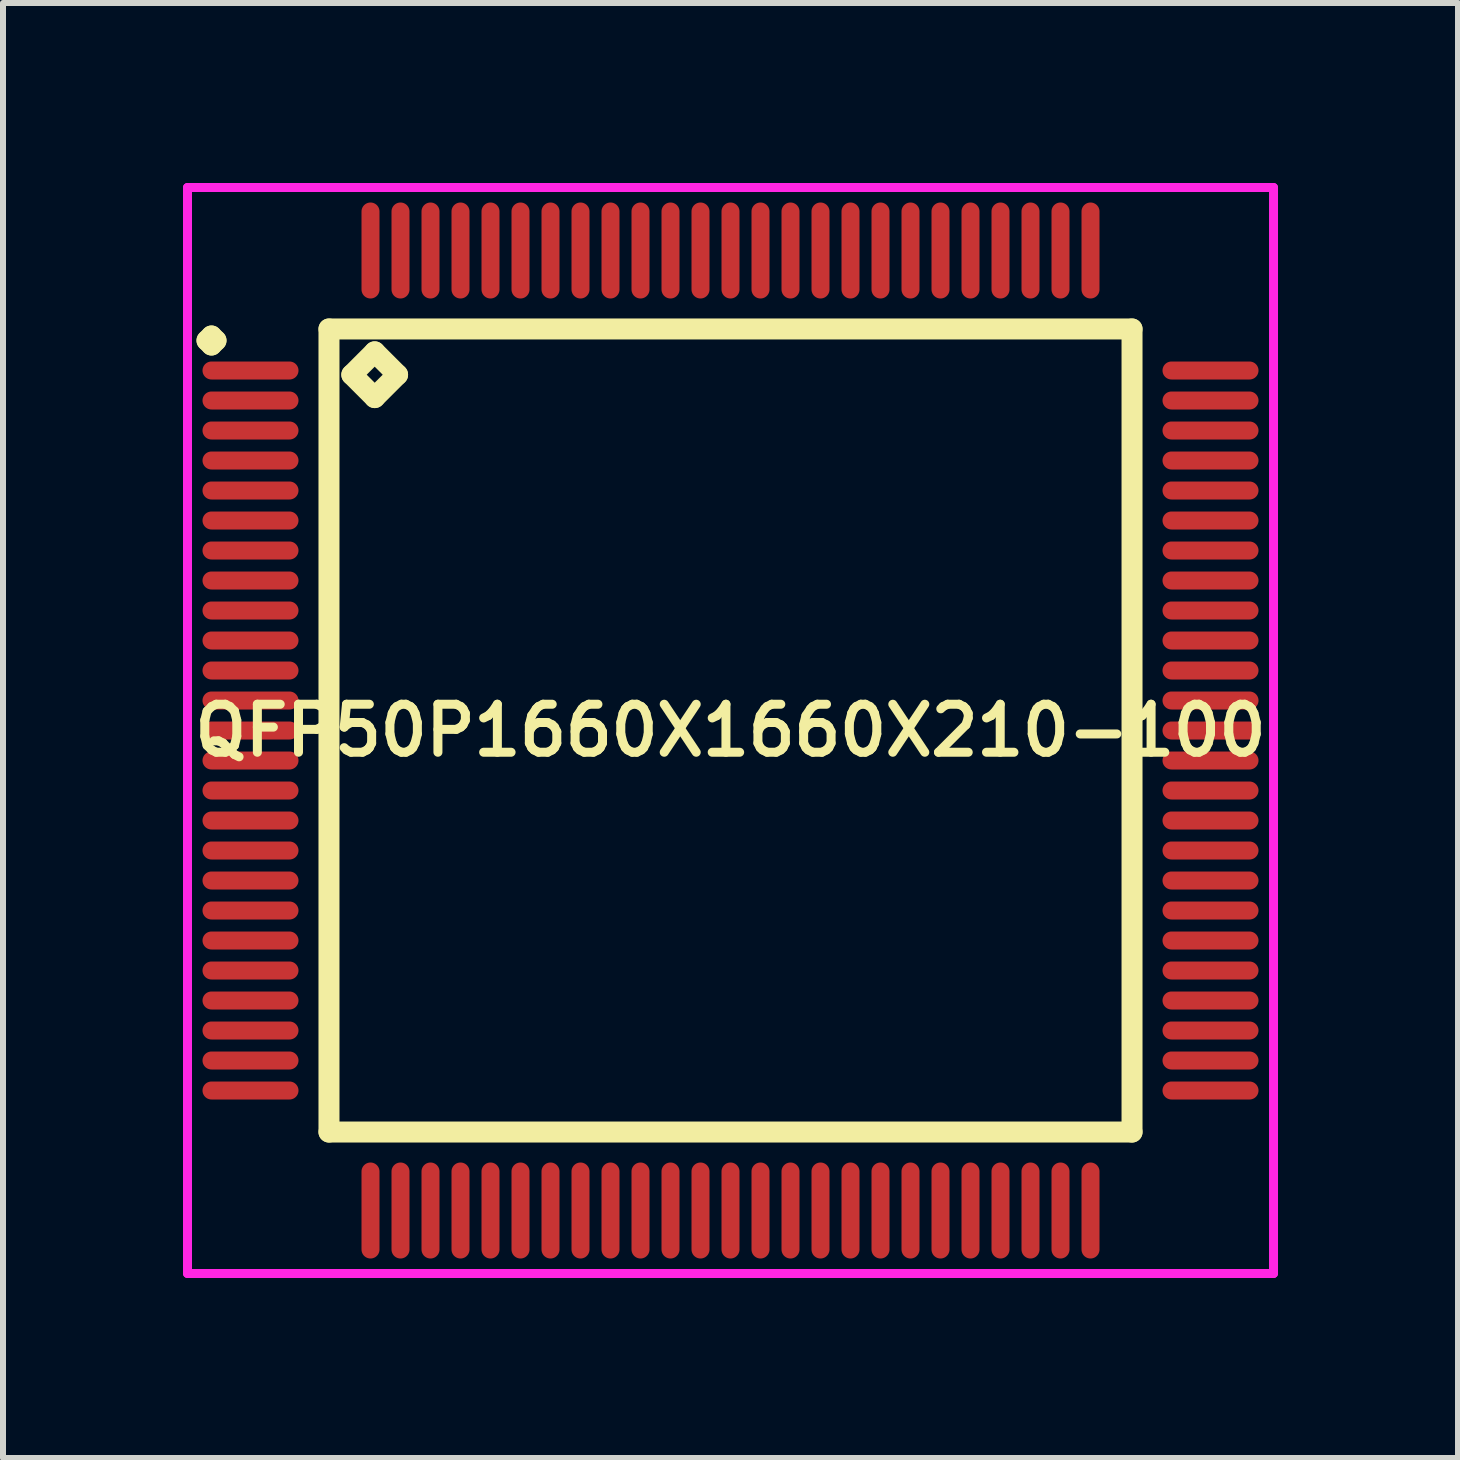
<source format=kicad_pcb>
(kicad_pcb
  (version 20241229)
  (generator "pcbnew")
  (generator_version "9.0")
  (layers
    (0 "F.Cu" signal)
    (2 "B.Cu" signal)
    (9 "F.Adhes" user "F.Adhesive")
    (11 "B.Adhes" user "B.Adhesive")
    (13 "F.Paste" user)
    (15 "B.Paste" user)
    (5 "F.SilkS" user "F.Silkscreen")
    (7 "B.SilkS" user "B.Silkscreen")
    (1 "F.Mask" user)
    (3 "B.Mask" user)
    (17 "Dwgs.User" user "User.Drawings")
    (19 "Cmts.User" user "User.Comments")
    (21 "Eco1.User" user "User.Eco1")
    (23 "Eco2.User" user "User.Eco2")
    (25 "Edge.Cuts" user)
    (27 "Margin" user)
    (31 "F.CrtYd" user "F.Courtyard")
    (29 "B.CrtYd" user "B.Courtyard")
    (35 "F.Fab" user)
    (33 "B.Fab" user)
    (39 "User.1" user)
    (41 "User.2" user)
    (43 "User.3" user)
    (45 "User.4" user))
  (footprint "QFP50P1660X1660X210-100"
    (layer "F.Cu")
    (at 9.125 9.125)
    (property "Reference" "QFP50P1660X1660X210-100" (at 0 0 0) (layer "F.SilkS") (effects (font (size 0.8 0.8) (thickness 0.15))))
    (attr through_hole)
    (fp_line (start -8.725 -6.5) (end -8.65 -6.575) (stroke (width 0.35) (type solid)) (layer "F.SilkS"))
    (fp_line (start -8.65 -6.575) (end -8.575 -6.5) (stroke (width 0.35) (type solid)) (layer "F.SilkS"))
    (fp_line (start -8.65 -6.425) (end -8.725 -6.5) (stroke (width 0.35) (type solid)) (layer "F.SilkS"))
    (fp_line (start -8.575 -6.5) (end -8.65 -6.425) (stroke (width 0.35) (type solid)) (layer "F.SilkS"))
    (fp_line (start -6.692 -6.692) (end -6.692 6.692) (stroke (width 0.35) (type solid)) (layer "F.SilkS"))
    (fp_line (start -6.692 6.692) (end 6.692 6.692) (stroke (width 0.35) (type solid)) (layer "F.SilkS"))
    (fp_line (start -6.311 -5.93) (end -5.93 -6.311) (stroke (width 0.35) (type solid)) (layer "F.SilkS"))
    (fp_line (start -5.93 -6.311) (end -5.549 -5.93) (stroke (width 0.35) (type solid)) (layer "F.SilkS"))
    (fp_line (start -5.93 -5.549) (end -6.311 -5.93) (stroke (width 0.35) (type solid)) (layer "F.SilkS"))
    (fp_line (start -5.549 -5.93) (end -5.93 -5.549) (stroke (width 0.35) (type solid)) (layer "F.SilkS"))
    (fp_line (start 6.692 -6.692) (end -6.692 -6.692) (stroke (width 0.35) (type solid)) (layer "F.SilkS"))
    (fp_line (start 6.692 6.692) (end 6.692 -6.692) (stroke (width 0.35) (type solid)) (layer "F.SilkS"))
    (fp_line (start -9.05 -9.05) (end 9.05 -9.05) (stroke (width 0.15) (type solid)) (layer "F.CrtYd"))
    (fp_line (start -9.05 9.05) (end -9.05 -9.05) (stroke (width 0.15) (type solid)) (layer "F.CrtYd"))
    (fp_line (start 9.05 -9.05) (end 9.05 9.05) (stroke (width 0.15) (type solid)) (layer "F.CrtYd"))
    (fp_line (start 9.05 9.05) (end -9.05 9.05) (stroke (width 0.15) (type solid)) (layer "F.CrtYd"))
    (pad "1" smd oval (at -8 -6) (size 1.6 0.3) (layers "F.Cu" "F.Mask" "F.Paste"))
    (pad "2" smd oval (at -8 -5.5) (size 1.6 0.3) (layers "F.Cu" "F.Mask" "F.Paste"))
    (pad "3" smd oval (at -8 -5) (size 1.6 0.3) (layers "F.Cu" "F.Mask" "F.Paste"))
    (pad "4" smd oval (at -8 -4.5) (size 1.6 0.3) (layers "F.Cu" "F.Mask" "F.Paste"))
    (pad "5" smd oval (at -8 -4) (size 1.6 0.3) (layers "F.Cu" "F.Mask" "F.Paste"))
    (pad "6" smd oval (at -8 -3.5) (size 1.6 0.3) (layers "F.Cu" "F.Mask" "F.Paste"))
    (pad "7" smd oval (at -8 -3) (size 1.6 0.3) (layers "F.Cu" "F.Mask" "F.Paste"))
    (pad "8" smd oval (at -8 -2.5) (size 1.6 0.3) (layers "F.Cu" "F.Mask" "F.Paste"))
    (pad "9" smd oval (at -8 -2) (size 1.6 0.3) (layers "F.Cu" "F.Mask" "F.Paste"))
    (pad "10" smd oval (at -8 -1.5) (size 1.6 0.3) (layers "F.Cu" "F.Mask" "F.Paste"))
    (pad "11" smd oval (at -8 -1) (size 1.6 0.3) (layers "F.Cu" "F.Mask" "F.Paste"))
    (pad "12" smd oval (at -8 -0.5) (size 1.6 0.3) (layers "F.Cu" "F.Mask" "F.Paste"))
    (pad "13" smd oval (at -8 0) (size 1.6 0.3) (layers "F.Cu" "F.Mask" "F.Paste"))
    (pad "14" smd oval (at -8 0.5) (size 1.6 0.3) (layers "F.Cu" "F.Mask" "F.Paste"))
    (pad "15" smd oval (at -8 1) (size 1.6 0.3) (layers "F.Cu" "F.Mask" "F.Paste"))
    (pad "16" smd oval (at -8 1.5) (size 1.6 0.3) (layers "F.Cu" "F.Mask" "F.Paste"))
    (pad "17" smd oval (at -8 2) (size 1.6 0.3) (layers "F.Cu" "F.Mask" "F.Paste"))
    (pad "18" smd oval (at -8 2.5) (size 1.6 0.3) (layers "F.Cu" "F.Mask" "F.Paste"))
    (pad "19" smd oval (at -8 3) (size 1.6 0.3) (layers "F.Cu" "F.Mask" "F.Paste"))
    (pad "20" smd oval (at -8 3.5) (size 1.6 0.3) (layers "F.Cu" "F.Mask" "F.Paste"))
    (pad "21" smd oval (at -8 4) (size 1.6 0.3) (layers "F.Cu" "F.Mask" "F.Paste"))
    (pad "22" smd oval (at -8 4.5) (size 1.6 0.3) (layers "F.Cu" "F.Mask" "F.Paste"))
    (pad "23" smd oval (at -8 5) (size 1.6 0.3) (layers "F.Cu" "F.Mask" "F.Paste"))
    (pad "24" smd oval (at -8 5.5) (size 1.6 0.3) (layers "F.Cu" "F.Mask" "F.Paste"))
    (pad "25" smd oval (at -8 6) (size 1.6 0.3) (layers "F.Cu" "F.Mask" "F.Paste"))
    (pad "26" smd oval (at -6 8) (size 0.3 1.6) (layers "F.Cu" "F.Mask" "F.Paste"))
    (pad "27" smd oval (at -5.5 8) (size 0.3 1.6) (layers "F.Cu" "F.Mask" "F.Paste"))
    (pad "28" smd oval (at -5 8) (size 0.3 1.6) (layers "F.Cu" "F.Mask" "F.Paste"))
    (pad "29" smd oval (at -4.5 8) (size 0.3 1.6) (layers "F.Cu" "F.Mask" "F.Paste"))
    (pad "30" smd oval (at -4 8) (size 0.3 1.6) (layers "F.Cu" "F.Mask" "F.Paste"))
    (pad "31" smd oval (at -3.5 8) (size 0.3 1.6) (layers "F.Cu" "F.Mask" "F.Paste"))
    (pad "32" smd oval (at -3 8) (size 0.3 1.6) (layers "F.Cu" "F.Mask" "F.Paste"))
    (pad "33" smd oval (at -2.5 8) (size 0.3 1.6) (layers "F.Cu" "F.Mask" "F.Paste"))
    (pad "34" smd oval (at -2 8) (size 0.3 1.6) (layers "F.Cu" "F.Mask" "F.Paste"))
    (pad "35" smd oval (at -1.5 8) (size 0.3 1.6) (layers "F.Cu" "F.Mask" "F.Paste"))
    (pad "36" smd oval (at -1 8) (size 0.3 1.6) (layers "F.Cu" "F.Mask" "F.Paste"))
    (pad "37" smd oval (at -0.5 8) (size 0.3 1.6) (layers "F.Cu" "F.Mask" "F.Paste"))
    (pad "38" smd oval (at 0 8) (size 0.3 1.6) (layers "F.Cu" "F.Mask" "F.Paste"))
    (pad "39" smd oval (at 0.5 8) (size 0.3 1.6) (layers "F.Cu" "F.Mask" "F.Paste"))
    (pad "40" smd oval (at 1 8) (size 0.3 1.6) (layers "F.Cu" "F.Mask" "F.Paste"))
    (pad "41" smd oval (at 1.5 8) (size 0.3 1.6) (layers "F.Cu" "F.Mask" "F.Paste"))
    (pad "42" smd oval (at 2 8) (size 0.3 1.6) (layers "F.Cu" "F.Mask" "F.Paste"))
    (pad "43" smd oval (at 2.5 8) (size 0.3 1.6) (layers "F.Cu" "F.Mask" "F.Paste"))
    (pad "44" smd oval (at 3 8) (size 0.3 1.6) (layers "F.Cu" "F.Mask" "F.Paste"))
    (pad "45" smd oval (at 3.5 8) (size 0.3 1.6) (layers "F.Cu" "F.Mask" "F.Paste"))
    (pad "46" smd oval (at 4 8) (size 0.3 1.6) (layers "F.Cu" "F.Mask" "F.Paste"))
    (pad "47" smd oval (at 4.5 8) (size 0.3 1.6) (layers "F.Cu" "F.Mask" "F.Paste"))
    (pad "48" smd oval (at 5 8) (size 0.3 1.6) (layers "F.Cu" "F.Mask" "F.Paste"))
    (pad "49" smd oval (at 5.5 8) (size 0.3 1.6) (layers "F.Cu" "F.Mask" "F.Paste"))
    (pad "50" smd oval (at 6 8) (size 0.3 1.6) (layers "F.Cu" "F.Mask" "F.Paste"))
    (pad "51" smd oval (at 8 6) (size 1.6 0.3) (layers "F.Cu" "F.Mask" "F.Paste"))
    (pad "52" smd oval (at 8 5.5) (size 1.6 0.3) (layers "F.Cu" "F.Mask" "F.Paste"))
    (pad "53" smd oval (at 8 5) (size 1.6 0.3) (layers "F.Cu" "F.Mask" "F.Paste"))
    (pad "54" smd oval (at 8 4.5) (size 1.6 0.3) (layers "F.Cu" "F.Mask" "F.Paste"))
    (pad "55" smd oval (at 8 4) (size 1.6 0.3) (layers "F.Cu" "F.Mask" "F.Paste"))
    (pad "56" smd oval (at 8 3.5) (size 1.6 0.3) (layers "F.Cu" "F.Mask" "F.Paste"))
    (pad "57" smd oval (at 8 3) (size 1.6 0.3) (layers "F.Cu" "F.Mask" "F.Paste"))
    (pad "58" smd oval (at 8 2.5) (size 1.6 0.3) (layers "F.Cu" "F.Mask" "F.Paste"))
    (pad "59" smd oval (at 8 2) (size 1.6 0.3) (layers "F.Cu" "F.Mask" "F.Paste"))
    (pad "60" smd oval (at 8 1.5) (size 1.6 0.3) (layers "F.Cu" "F.Mask" "F.Paste"))
    (pad "61" smd oval (at 8 1) (size 1.6 0.3) (layers "F.Cu" "F.Mask" "F.Paste"))
    (pad "62" smd oval (at 8 0.5) (size 1.6 0.3) (layers "F.Cu" "F.Mask" "F.Paste"))
    (pad "63" smd oval (at 8 0) (size 1.6 0.3) (layers "F.Cu" "F.Mask" "F.Paste"))
    (pad "64" smd oval (at 8 -0.5) (size 1.6 0.3) (layers "F.Cu" "F.Mask" "F.Paste"))
    (pad "65" smd oval (at 8 -1) (size 1.6 0.3) (layers "F.Cu" "F.Mask" "F.Paste"))
    (pad "66" smd oval (at 8 -1.5) (size 1.6 0.3) (layers "F.Cu" "F.Mask" "F.Paste"))
    (pad "67" smd oval (at 8 -2) (size 1.6 0.3) (layers "F.Cu" "F.Mask" "F.Paste"))
    (pad "68" smd oval (at 8 -2.5) (size 1.6 0.3) (layers "F.Cu" "F.Mask" "F.Paste"))
    (pad "69" smd oval (at 8 -3) (size 1.6 0.3) (layers "F.Cu" "F.Mask" "F.Paste"))
    (pad "70" smd oval (at 8 -3.5) (size 1.6 0.3) (layers "F.Cu" "F.Mask" "F.Paste"))
    (pad "71" smd oval (at 8 -4) (size 1.6 0.3) (layers "F.Cu" "F.Mask" "F.Paste"))
    (pad "72" smd oval (at 8 -4.5) (size 1.6 0.3) (layers "F.Cu" "F.Mask" "F.Paste"))
    (pad "73" smd oval (at 8 -5) (size 1.6 0.3) (layers "F.Cu" "F.Mask" "F.Paste"))
    (pad "74" smd oval (at 8 -5.5) (size 1.6 0.3) (layers "F.Cu" "F.Mask" "F.Paste"))
    (pad "75" smd oval (at 8 -6) (size 1.6 0.3) (layers "F.Cu" "F.Mask" "F.Paste"))
    (pad "76" smd oval (at 6 -8) (size 0.3 1.6) (layers "F.Cu" "F.Mask" "F.Paste"))
    (pad "77" smd oval (at 5.5 -8) (size 0.3 1.6) (layers "F.Cu" "F.Mask" "F.Paste"))
    (pad "78" smd oval (at 5 -8) (size 0.3 1.6) (layers "F.Cu" "F.Mask" "F.Paste"))
    (pad "79" smd oval (at 4.5 -8) (size 0.3 1.6) (layers "F.Cu" "F.Mask" "F.Paste"))
    (pad "80" smd oval (at 4 -8) (size 0.3 1.6) (layers "F.Cu" "F.Mask" "F.Paste"))
    (pad "81" smd oval (at 3.5 -8) (size 0.3 1.6) (layers "F.Cu" "F.Mask" "F.Paste"))
    (pad "82" smd oval (at 3 -8) (size 0.3 1.6) (layers "F.Cu" "F.Mask" "F.Paste"))
    (pad "83" smd oval (at 2.5 -8) (size 0.3 1.6) (layers "F.Cu" "F.Mask" "F.Paste"))
    (pad "84" smd oval (at 2 -8) (size 0.3 1.6) (layers "F.Cu" "F.Mask" "F.Paste"))
    (pad "85" smd oval (at 1.5 -8) (size 0.3 1.6) (layers "F.Cu" "F.Mask" "F.Paste"))
    (pad "86" smd oval (at 1 -8) (size 0.3 1.6) (layers "F.Cu" "F.Mask" "F.Paste"))
    (pad "87" smd oval (at 0.5 -8) (size 0.3 1.6) (layers "F.Cu" "F.Mask" "F.Paste"))
    (pad "88" smd oval (at 0 -8) (size 0.3 1.6) (layers "F.Cu" "F.Mask" "F.Paste"))
    (pad "89" smd oval (at -0.5 -8) (size 0.3 1.6) (layers "F.Cu" "F.Mask" "F.Paste"))
    (pad "90" smd oval (at -1 -8) (size 0.3 1.6) (layers "F.Cu" "F.Mask" "F.Paste"))
    (pad "91" smd oval (at -1.5 -8) (size 0.3 1.6) (layers "F.Cu" "F.Mask" "F.Paste"))
    (pad "92" smd oval (at -2 -8) (size 0.3 1.6) (layers "F.Cu" "F.Mask" "F.Paste"))
    (pad "93" smd oval (at -2.5 -8) (size 0.3 1.6) (layers "F.Cu" "F.Mask" "F.Paste"))
    (pad "94" smd oval (at -3 -8) (size 0.3 1.6) (layers "F.Cu" "F.Mask" "F.Paste"))
    (pad "95" smd oval (at -3.5 -8) (size 0.3 1.6) (layers "F.Cu" "F.Mask" "F.Paste"))
    (pad "96" smd oval (at -4 -8) (size 0.3 1.6) (layers "F.Cu" "F.Mask" "F.Paste"))
    (pad "97" smd oval (at -4.5 -8) (size 0.3 1.6) (layers "F.Cu" "F.Mask" "F.Paste"))
    (pad "98" smd oval (at -5 -8) (size 0.3 1.6) (layers "F.Cu" "F.Mask" "F.Paste"))
    (pad "99" smd oval (at -5.5 -8) (size 0.3 1.6) (layers "F.Cu" "F.Mask" "F.Paste"))
    (pad "100" smd oval (at -6 -8) (size 0.3 1.6) (layers "F.Cu" "F.Mask" "F.Paste")))
  (gr_rect
    (start -3 -3)
    (end 21.25 21.25)
    (stroke (width 0.1) (type default))
    (fill no)
    (layer "Edge.Cuts")))
</source>
